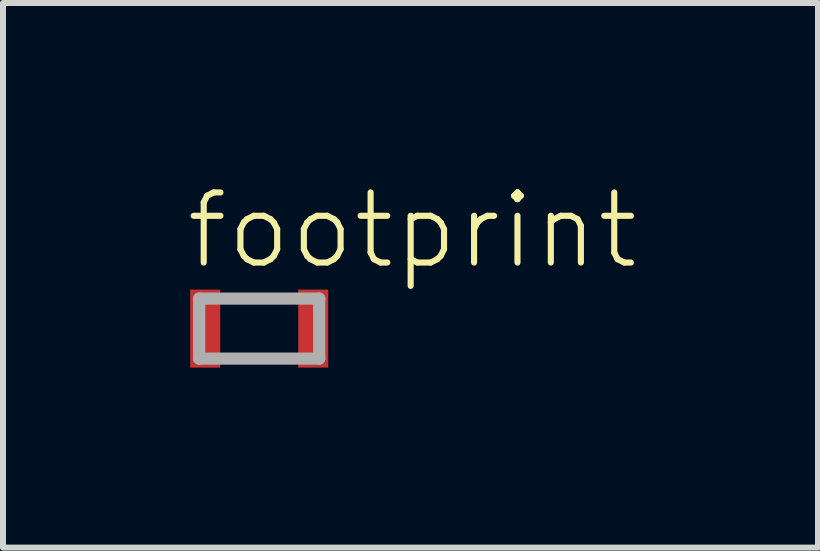
<source format=kicad_pcb>
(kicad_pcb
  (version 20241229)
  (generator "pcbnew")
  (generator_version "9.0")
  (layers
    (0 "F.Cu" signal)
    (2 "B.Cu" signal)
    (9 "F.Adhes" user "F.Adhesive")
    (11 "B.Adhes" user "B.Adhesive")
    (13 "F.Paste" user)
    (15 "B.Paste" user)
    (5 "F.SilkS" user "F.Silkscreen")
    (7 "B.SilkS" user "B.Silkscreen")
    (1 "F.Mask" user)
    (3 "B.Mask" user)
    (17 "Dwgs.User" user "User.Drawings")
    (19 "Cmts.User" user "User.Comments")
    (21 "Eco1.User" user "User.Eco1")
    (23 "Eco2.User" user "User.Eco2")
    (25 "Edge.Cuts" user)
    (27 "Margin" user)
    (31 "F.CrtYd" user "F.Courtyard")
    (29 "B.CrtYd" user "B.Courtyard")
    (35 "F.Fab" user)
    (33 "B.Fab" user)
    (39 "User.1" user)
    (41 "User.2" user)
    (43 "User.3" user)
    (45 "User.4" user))
  (footprint "footprint"
    (layer "F.Cu")
    (at 1.27 2.426)
    (property "Reference" "footprint" (at -1.27 -0.953 0) (layer "F.SilkS") (effects (font (size 1.168 1.168) (thickness 0.102)) (justify left bottom)))
    (fp_line (start -1 -0.5) (end -1 0.5) (stroke (width 0.203) (type solid)) (layer "F.Fab"))
    (fp_line (start -1 0.5) (end 1 0.5) (stroke (width 0.203) (type solid)) (layer "F.Fab"))
    (fp_line (start 1 -0.5) (end -1 -0.5) (stroke (width 0.203) (type solid)) (layer "F.Fab"))
    (fp_line (start 1 0.5) (end 1 -0.5) (stroke (width 0.203) (type solid)) (layer "F.Fab"))
    (pad "1" smd rect (at -0.9 0) (size 0.5 1.3) (layers "F.Cu" "F.Mask" "F.Paste"))
    (pad "2" smd rect (at 0.9 0) (size 0.5 1.3) (layers "F.Cu" "F.Mask" "F.Paste")))
  (gr_rect
    (start -3 -3)
    (end 10.582 6.076)
    (stroke (width 0.1) (type default))
    (fill no)
    (layer "Edge.Cuts")))
</source>
